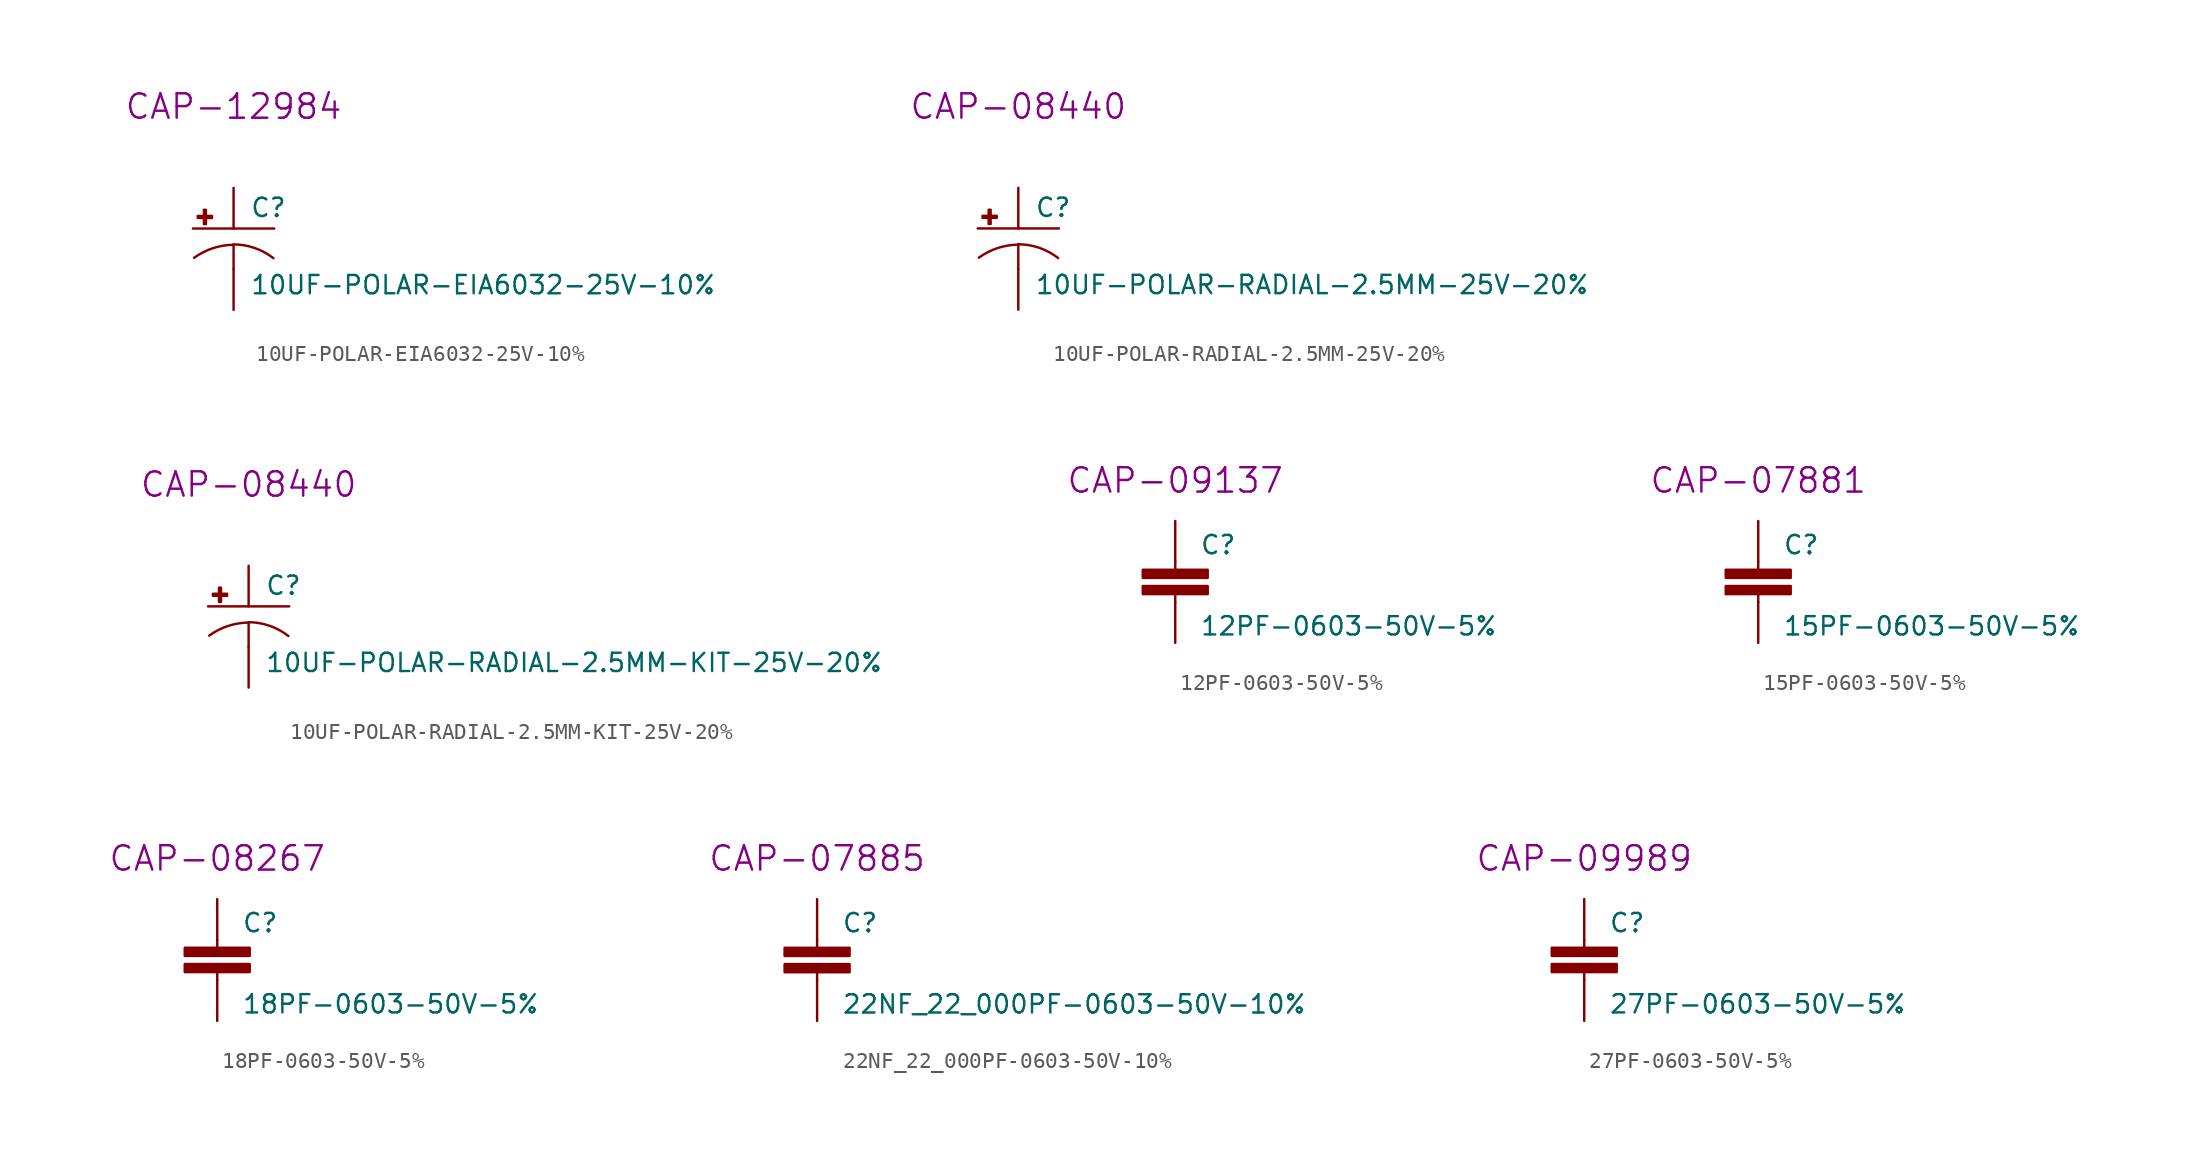
<source format=kicad_sym>
(kicad_symbol_lib
  (version 20211014)
  (generator kicad_symbol_editor)
  (symbol "10UF-POLAR-EIA6032-25V-10%"
    (pin_numbers hide)
    (pin_names
      (offset 1.016) hide)
    (property "Reference" "C"
      (at 1.016 0.635 0)
      (effects (font (size 1.143 1.143)) (justify left bottom)))
    (property "Value" "10UF-POLAR-EIA6032-25V-10%"
      (at 1.016 -4.191 0)
      (effects (font (size 1.143 1.143)) (justify left bottom)))
    (property "Field4" "CAP-12984"
      (at 0 7.62 0)
      (effects (font (size 1.524 1.524))))
    (property "ki_locked" ""
      (at 0 0 0)
      (effects (font (size 1.27 1.27))))
    (symbol "10UF-POLAR-EIA6032-25V-10%_1_0"
      (polyline (pts (xy -2.54 0) (xy 2.54 0)) (stroke (width 0) (type default) (color 0 0 0 0)) (fill (type none)))
      (polyline (pts (xy 0 -1.016) (xy 0 -2.54)) (stroke (width 0) (type default) (color 0 0 0 0)) (fill (type none))))
    (symbol "10UF-POLAR-EIA6032-25V-10%_1_1"
      (rectangle (start -2.235 0.66) (end -1.346 0.787) (stroke (width 0) (type default) (color 0 0 0 0)) (fill (type outline)))
      (rectangle (start -1.854 0.279) (end -1.727 1.168) (stroke (width 0) (type default) (color 0 0 0 0)) (fill (type outline)))
      (arc (start 0 -1.016) (mid -1.2939 -1.2289) (end -2.4638 -1.8288) (stroke (width 0) (type default) (color 0 0 0 0)) (fill (type none)))
      (arc (start 2.4892 -1.8542) (mid 1.3167 -1.2157) (end 0 -0.9906) (stroke (width 0) (type default) (color 0 0 0 0)) (fill (type none)))
      (pin passive line (at 0 2.54 270) (length 2.54) (name "+" (effects (font (size 1.016 1.016)))) (number "A" (effects (font (size 1.016 1.016)))))
      (pin passive line (at 0 -5.08 90) (length 2.54) (name "-" (effects (font (size 1.016 1.016)))) (number "C" (effects (font (size 1.016 1.016)))))))
  (symbol "10UF-POLAR-RADIAL-2.5MM-25V-20%"
    (pin_numbers hide)
    (pin_names
      (offset 1.016) hide)
    (property "Reference" "C"
      (at 1.016 0.635 0)
      (effects (font (size 1.143 1.143)) (justify left bottom)))
    (property "Value" "10UF-POLAR-RADIAL-2.5MM-25V-20%"
      (at 1.016 -4.191 0)
      (effects (font (size 1.143 1.143)) (justify left bottom)))
    (property "Field4" "CAP-08440"
      (at 0 7.62 0)
      (effects (font (size 1.524 1.524))))
    (property "ki_locked" ""
      (at 0 0 0)
      (effects (font (size 1.27 1.27))))
    (symbol "10UF-POLAR-RADIAL-2.5MM-25V-20%_1_0"
      (polyline (pts (xy -2.54 0) (xy 2.54 0)) (stroke (width 0) (type default) (color 0 0 0 0)) (fill (type none)))
      (polyline (pts (xy 0 -1.016) (xy 0 -2.54)) (stroke (width 0) (type default) (color 0 0 0 0)) (fill (type none))))
    (symbol "10UF-POLAR-RADIAL-2.5MM-25V-20%_1_1"
      (rectangle (start -2.235 0.66) (end -1.346 0.787) (stroke (width 0) (type default) (color 0 0 0 0)) (fill (type outline)))
      (rectangle (start -1.854 0.279) (end -1.727 1.168) (stroke (width 0) (type default) (color 0 0 0 0)) (fill (type outline)))
      (arc (start 0 -1.016) (mid -1.2939 -1.2289) (end -2.4638 -1.8288) (stroke (width 0) (type default) (color 0 0 0 0)) (fill (type none)))
      (arc (start 2.4892 -1.8542) (mid 1.3167 -1.2157) (end 0 -0.9906) (stroke (width 0) (type default) (color 0 0 0 0)) (fill (type none)))
      (pin passive line (at 0 2.54 270) (length 2.54) (name "+" (effects (font (size 1.016 1.016)))) (number "1" (effects (font (size 1.016 1.016)))))
      (pin passive line (at 0 -5.08 90) (length 2.54) (name "-" (effects (font (size 1.016 1.016)))) (number "2" (effects (font (size 1.016 1.016)))))))
  (symbol "10UF-POLAR-RADIAL-2.5MM-KIT-25V-20%"
    (pin_numbers hide)
    (pin_names
      (offset 1.016) hide)
    (property "Reference" "C"
      (at 1.016 0.635 0)
      (effects (font (size 1.143 1.143)) (justify left bottom)))
    (property "Value" "10UF-POLAR-RADIAL-2.5MM-KIT-25V-20%"
      (at 1.016 -4.191 0)
      (effects (font (size 1.143 1.143)) (justify left bottom)))
    (property "Field4" "CAP-08440"
      (at 0 7.62 0)
      (effects (font (size 1.524 1.524))))
    (property "ki_locked" ""
      (at 0 0 0)
      (effects (font (size 1.27 1.27))))
    (symbol "10UF-POLAR-RADIAL-2.5MM-KIT-25V-20%_1_0"
      (polyline (pts (xy -2.54 0) (xy 2.54 0)) (stroke (width 0) (type default) (color 0 0 0 0)) (fill (type none)))
      (polyline (pts (xy 0 -1.016) (xy 0 -2.54)) (stroke (width 0) (type default) (color 0 0 0 0)) (fill (type none))))
    (symbol "10UF-POLAR-RADIAL-2.5MM-KIT-25V-20%_1_1"
      (rectangle (start -2.235 0.66) (end -1.346 0.787) (stroke (width 0) (type default) (color 0 0 0 0)) (fill (type outline)))
      (rectangle (start -1.854 0.279) (end -1.727 1.168) (stroke (width 0) (type default) (color 0 0 0 0)) (fill (type outline)))
      (arc (start 0 -1.016) (mid -1.2939 -1.2289) (end -2.4638 -1.8288) (stroke (width 0) (type default) (color 0 0 0 0)) (fill (type none)))
      (arc (start 2.4892 -1.8542) (mid 1.3167 -1.2157) (end 0 -0.9906) (stroke (width 0) (type default) (color 0 0 0 0)) (fill (type none)))
      (pin passive line (at 0 2.54 270) (length 2.54) (name "+" (effects (font (size 1.016 1.016)))) (number "1" (effects (font (size 1.016 1.016)))))
      (pin passive line (at 0 -5.08 90) (length 2.54) (name "-" (effects (font (size 1.016 1.016)))) (number "2" (effects (font (size 1.016 1.016)))))))
  (symbol "12PF-0603-50V-5%"
    (pin_numbers hide)
    (pin_names
      (offset 1.016) hide)
    (property "Reference" "C"
      (at 1.524 2.921 0)
      (effects (font (size 1.143 1.143)) (justify left bottom)))
    (property "Value" "12PF-0603-50V-5%"
      (at 1.524 -2.159 0)
      (effects (font (size 1.143 1.143)) (justify left bottom)))
    (property "Field4" "CAP-09137"
      (at 0 7.62 0)
      (effects (font (size 1.524 1.524))))
    (property "ki_locked" ""
      (at 0 0 0)
      (effects (font (size 1.27 1.27))))
    (symbol "12PF-0603-50V-5%_1_0"
      (polyline (pts (xy 0 0) (xy 0 0.508)) (stroke (width 0) (type default) (color 0 0 0 0)) (fill (type none)))
      (polyline (pts (xy 0 2.54) (xy 0 2.032)) (stroke (width 0) (type default) (color 0 0 0 0)) (fill (type none))))
    (symbol "12PF-0603-50V-5%_1_1"
      (rectangle (start -2.032 0.508) (end 2.032 1.016) (stroke (width 0) (type default) (color 0 0 0 0)) (fill (type outline)))
      (rectangle (start -2.032 1.524) (end 2.032 2.032) (stroke (width 0) (type default) (color 0 0 0 0)) (fill (type outline)))
      (pin passive line (at 0 5.08 270) (length 2.54) (name "1" (effects (font (size 1.016 1.016)))) (number "1" (effects (font (size 1.016 1.016)))))
      (pin passive line (at 0 -2.54 90) (length 2.54) (name "2" (effects (font (size 1.016 1.016)))) (number "2" (effects (font (size 1.016 1.016)))))))
  (symbol "15PF-0603-50V-5%"
    (pin_numbers hide)
    (pin_names
      (offset 1.016) hide)
    (property "Reference" "C"
      (at 1.524 2.921 0)
      (effects (font (size 1.143 1.143)) (justify left bottom)))
    (property "Value" "15PF-0603-50V-5%"
      (at 1.524 -2.159 0)
      (effects (font (size 1.143 1.143)) (justify left bottom)))
    (property "Field4" "CAP-07881"
      (at 0 7.62 0)
      (effects (font (size 1.524 1.524))))
    (property "ki_locked" ""
      (at 0 0 0)
      (effects (font (size 1.27 1.27))))
    (symbol "15PF-0603-50V-5%_1_0"
      (polyline (pts (xy 0 0) (xy 0 0.508)) (stroke (width 0) (type default) (color 0 0 0 0)) (fill (type none)))
      (polyline (pts (xy 0 2.54) (xy 0 2.032)) (stroke (width 0) (type default) (color 0 0 0 0)) (fill (type none))))
    (symbol "15PF-0603-50V-5%_1_1"
      (rectangle (start -2.032 0.508) (end 2.032 1.016) (stroke (width 0) (type default) (color 0 0 0 0)) (fill (type outline)))
      (rectangle (start -2.032 1.524) (end 2.032 2.032) (stroke (width 0) (type default) (color 0 0 0 0)) (fill (type outline)))
      (pin passive line (at 0 5.08 270) (length 2.54) (name "1" (effects (font (size 1.016 1.016)))) (number "1" (effects (font (size 1.016 1.016)))))
      (pin passive line (at 0 -2.54 90) (length 2.54) (name "2" (effects (font (size 1.016 1.016)))) (number "2" (effects (font (size 1.016 1.016)))))))
  (symbol "18PF-0603-50V-5%"
    (pin_numbers hide)
    (pin_names
      (offset 1.016) hide)
    (property "Reference" "C"
      (at 1.524 2.921 0)
      (effects (font (size 1.143 1.143)) (justify left bottom)))
    (property "Value" "18PF-0603-50V-5%"
      (at 1.524 -2.159 0)
      (effects (font (size 1.143 1.143)) (justify left bottom)))
    (property "Field4" "CAP-08267"
      (at 0 7.62 0)
      (effects (font (size 1.524 1.524))))
    (property "ki_locked" ""
      (at 0 0 0)
      (effects (font (size 1.27 1.27))))
    (symbol "18PF-0603-50V-5%_1_0"
      (polyline (pts (xy 0 0) (xy 0 0.508)) (stroke (width 0) (type default) (color 0 0 0 0)) (fill (type none)))
      (polyline (pts (xy 0 2.54) (xy 0 2.032)) (stroke (width 0) (type default) (color 0 0 0 0)) (fill (type none))))
    (symbol "18PF-0603-50V-5%_1_1"
      (rectangle (start -2.032 0.508) (end 2.032 1.016) (stroke (width 0) (type default) (color 0 0 0 0)) (fill (type outline)))
      (rectangle (start -2.032 1.524) (end 2.032 2.032) (stroke (width 0) (type default) (color 0 0 0 0)) (fill (type outline)))
      (pin passive line (at 0 5.08 270) (length 2.54) (name "1" (effects (font (size 1.016 1.016)))) (number "1" (effects (font (size 1.016 1.016)))))
      (pin passive line (at 0 -2.54 90) (length 2.54) (name "2" (effects (font (size 1.016 1.016)))) (number "2" (effects (font (size 1.016 1.016)))))))
  (symbol "22NF_22_000PF-0603-50V-10%"
    (pin_numbers hide)
    (pin_names
      (offset 1.016) hide)
    (property "Reference" "C"
      (at 1.524 2.921 0)
      (effects (font (size 1.143 1.143)) (justify left bottom)))
    (property "Value" "22NF_22_000PF-0603-50V-10%"
      (at 1.524 -2.159 0)
      (effects (font (size 1.143 1.143)) (justify left bottom)))
    (property "Field4" "CAP-07885"
      (at 0 7.62 0)
      (effects (font (size 1.524 1.524))))
    (property "ki_locked" ""
      (at 0 0 0)
      (effects (font (size 1.27 1.27))))
    (symbol "22NF_22_000PF-0603-50V-10%_1_0"
      (polyline (pts (xy 0 0) (xy 0 0.508)) (stroke (width 0) (type default) (color 0 0 0 0)) (fill (type none)))
      (polyline (pts (xy 0 2.54) (xy 0 2.032)) (stroke (width 0) (type default) (color 0 0 0 0)) (fill (type none))))
    (symbol "22NF_22_000PF-0603-50V-10%_1_1"
      (rectangle (start -2.032 0.508) (end 2.032 1.016) (stroke (width 0) (type default) (color 0 0 0 0)) (fill (type outline)))
      (rectangle (start -2.032 1.524) (end 2.032 2.032) (stroke (width 0) (type default) (color 0 0 0 0)) (fill (type outline)))
      (pin passive line (at 0 5.08 270) (length 2.54) (name "1" (effects (font (size 1.016 1.016)))) (number "1" (effects (font (size 1.016 1.016)))))
      (pin passive line (at 0 -2.54 90) (length 2.54) (name "2" (effects (font (size 1.016 1.016)))) (number "2" (effects (font (size 1.016 1.016)))))))
  (symbol "27PF-0603-50V-5%"
    (pin_numbers hide)
    (pin_names
      (offset 1.016) hide)
    (property "Reference" "C"
      (at 1.524 2.921 0)
      (effects (font (size 1.143 1.143)) (justify left bottom)))
    (property "Value" "27PF-0603-50V-5%"
      (at 1.524 -2.159 0)
      (effects (font (size 1.143 1.143)) (justify left bottom)))
    (property "Field4" "CAP-09989"
      (at 0 7.62 0)
      (effects (font (size 1.524 1.524))))
    (property "ki_locked" ""
      (at 0 0 0)
      (effects (font (size 1.27 1.27))))
    (symbol "27PF-0603-50V-5%_1_0"
      (polyline (pts (xy 0 0) (xy 0 0.508)) (stroke (width 0) (type default) (color 0 0 0 0)) (fill (type none)))
      (polyline (pts (xy 0 2.54) (xy 0 2.032)) (stroke (width 0) (type default) (color 0 0 0 0)) (fill (type none))))
    (symbol "27PF-0603-50V-5%_1_1"
      (rectangle (start -2.032 0.508) (end 2.032 1.016) (stroke (width 0) (type default) (color 0 0 0 0)) (fill (type outline)))
      (rectangle (start -2.032 1.524) (end 2.032 2.032) (stroke (width 0) (type default) (color 0 0 0 0)) (fill (type outline)))
      (pin passive line (at 0 5.08 270) (length 2.54) (name "1" (effects (font (size 1.016 1.016)))) (number "1" (effects (font (size 1.016 1.016)))))
      (pin passive line (at 0 -2.54 90) (length 2.54) (name "2" (effects (font (size 1.016 1.016)))) (number "2" (effects (font (size 1.016 1.016))))))))
</source>
